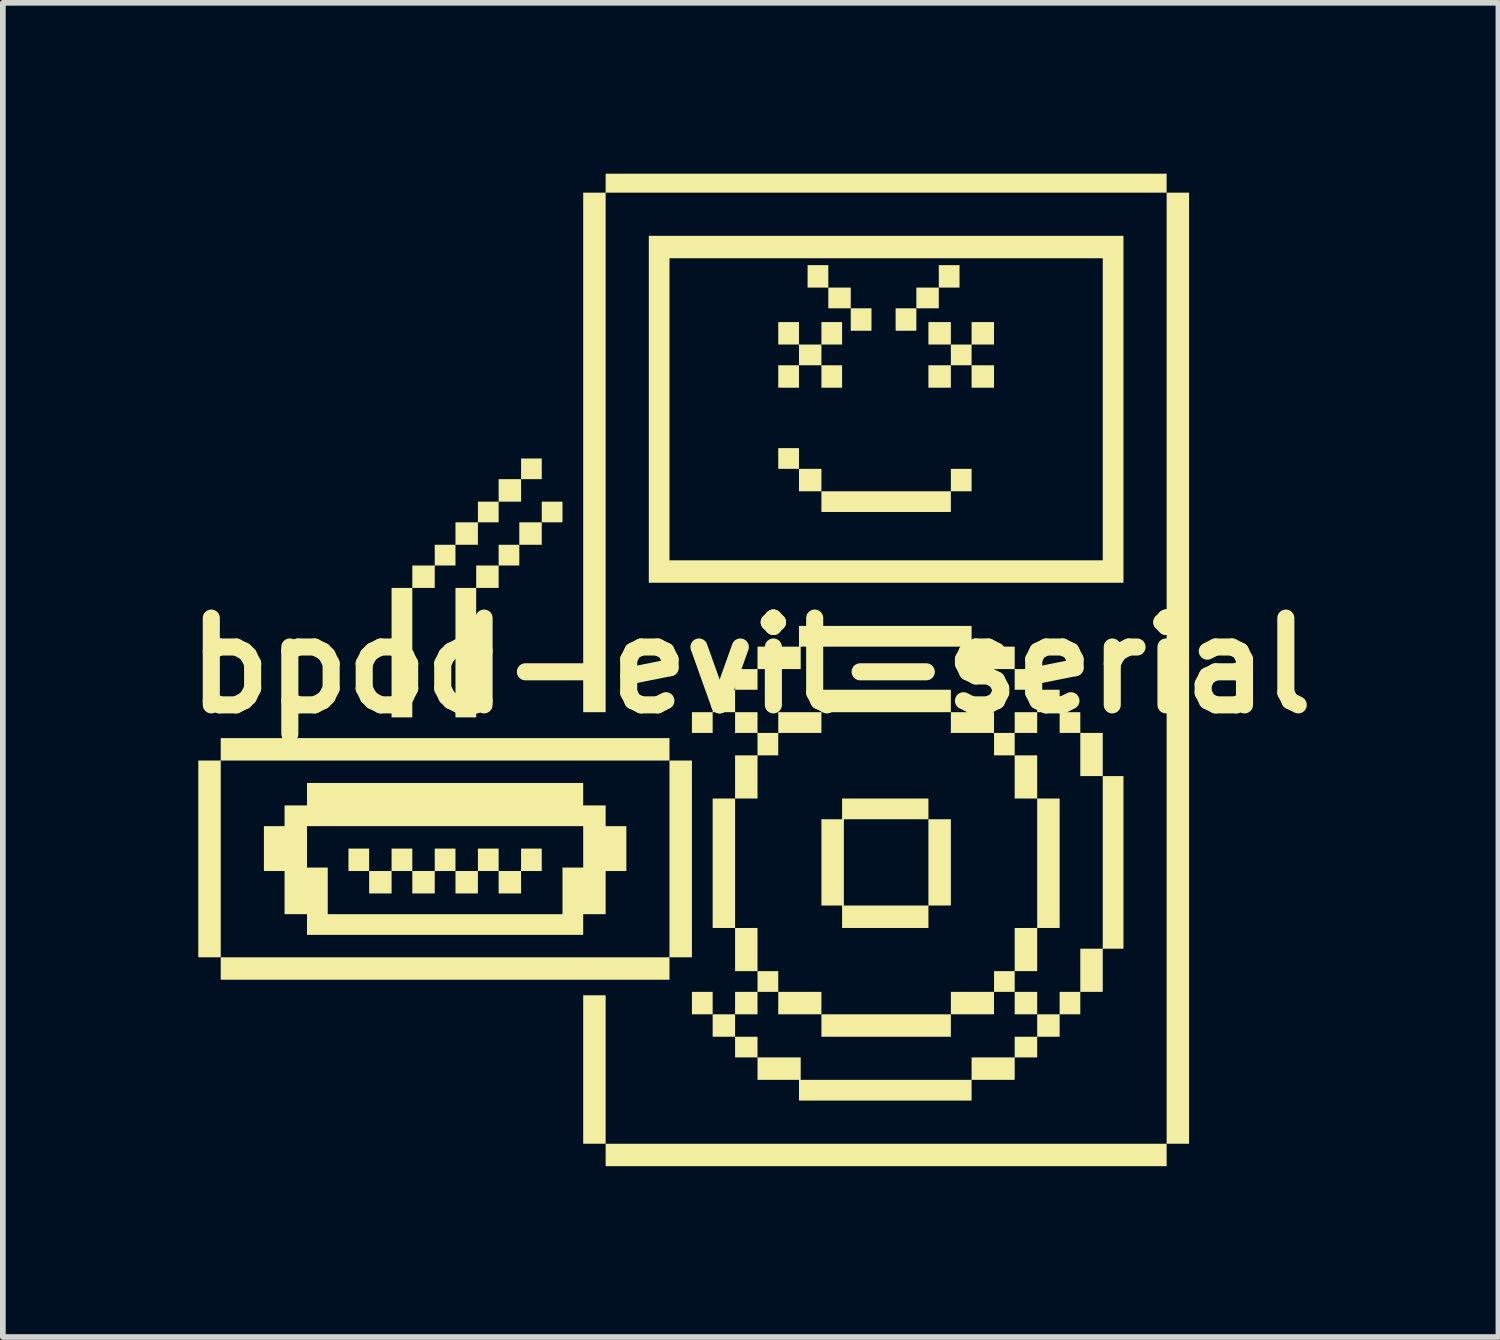
<source format=kicad_pcb>
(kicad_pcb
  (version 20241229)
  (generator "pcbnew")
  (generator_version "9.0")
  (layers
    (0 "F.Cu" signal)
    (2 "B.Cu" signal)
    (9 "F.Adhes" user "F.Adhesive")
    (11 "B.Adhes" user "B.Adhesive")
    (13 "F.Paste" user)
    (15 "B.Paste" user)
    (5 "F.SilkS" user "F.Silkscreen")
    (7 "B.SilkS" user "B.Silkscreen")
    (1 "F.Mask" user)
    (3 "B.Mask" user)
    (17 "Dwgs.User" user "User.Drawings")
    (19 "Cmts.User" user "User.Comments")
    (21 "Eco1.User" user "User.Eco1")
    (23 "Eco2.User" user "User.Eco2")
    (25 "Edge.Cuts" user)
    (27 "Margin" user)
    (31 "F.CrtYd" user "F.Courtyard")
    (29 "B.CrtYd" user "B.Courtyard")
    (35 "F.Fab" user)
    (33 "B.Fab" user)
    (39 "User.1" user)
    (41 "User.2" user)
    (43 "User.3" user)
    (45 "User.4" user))
  (footprint "bpod-evil-serial"
    (layer "F.Cu")
    (at 10.131 8.638)
    (property "Reference" "bpod-evil-serial" (at 0 0 0) (layer "F.SilkS") (effects (font (size 1.524 1.524) (thickness 0.3))))
    (attr board_only exclude_from_pos_files exclude_from_bom)
    (fp_poly (pts (xy -6.699 3.607) (xy -7.062 3.607) (xy -7.062 3.213) (xy -6.699 3.213)) (stroke (width 0) (type solid)) (fill yes) (layer "F.SilkS"))
    (fp_poly (pts (xy -6.305 4.001) (xy -6.699 4.001) (xy -6.699 3.607) (xy -6.305 3.607)) (stroke (width 0) (type solid)) (fill yes) (layer "F.SilkS"))
    (fp_poly (pts (xy -5.941 0.909) (xy -6.305 0.909) (xy -6.305 -1.364) (xy -5.941 -1.364)) (stroke (width 0) (type solid)) (fill yes) (layer "F.SilkS"))
    (fp_poly (pts (xy -5.941 3.607) (xy -6.305 3.607) (xy -6.305 3.213) (xy -5.941 3.213)) (stroke (width 0) (type solid)) (fill yes) (layer "F.SilkS"))
    (fp_poly (pts (xy -5.547 -1.364) (xy -5.941 -1.364) (xy -5.941 -1.758) (xy -5.547 -1.758)) (stroke (width 0) (type solid)) (fill yes) (layer "F.SilkS"))
    (fp_poly (pts (xy -5.547 4.001) (xy -5.941 4.001) (xy -5.941 3.607) (xy -5.547 3.607)) (stroke (width 0) (type solid)) (fill yes) (layer "F.SilkS"))
    (fp_poly (pts (xy -5.183 -1.758) (xy -5.547 -1.758) (xy -5.547 -2.122) (xy -5.183 -2.122)) (stroke (width 0) (type solid)) (fill yes) (layer "F.SilkS"))
    (fp_poly (pts (xy -5.183 3.607) (xy -5.547 3.607) (xy -5.547 3.213) (xy -5.183 3.213)) (stroke (width 0) (type solid)) (fill yes) (layer "F.SilkS"))
    (fp_poly (pts (xy -4.819 0.909) (xy -5.183 0.909) (xy -5.183 -1.364) (xy -4.819 -1.364)) (stroke (width 0) (type solid)) (fill yes) (layer "F.SilkS"))
    (fp_poly (pts (xy -4.789 -2.122) (xy -5.183 -2.122) (xy -5.183 -2.516) (xy -4.789 -2.516)) (stroke (width 0) (type solid)) (fill yes) (layer "F.SilkS"))
    (fp_poly (pts (xy -4.789 4.001) (xy -5.183 4.001) (xy -5.183 3.607) (xy -4.789 3.607)) (stroke (width 0) (type solid)) (fill yes) (layer "F.SilkS"))
    (fp_poly (pts (xy -4.425 -2.516) (xy -4.789 -2.516) (xy -4.789 -2.879) (xy -4.425 -2.879)) (stroke (width 0) (type solid)) (fill yes) (layer "F.SilkS"))
    (fp_poly (pts (xy -4.425 -1.364) (xy -4.819 -1.364) (xy -4.819 -1.758) (xy -4.425 -1.758)) (stroke (width 0) (type solid)) (fill yes) (layer "F.SilkS"))
    (fp_poly (pts (xy -4.425 3.607) (xy -4.789 3.607) (xy -4.789 3.213) (xy -4.425 3.213)) (stroke (width 0) (type solid)) (fill yes) (layer "F.SilkS"))
    (fp_poly (pts (xy -4.062 -1.758) (xy -4.425 -1.758) (xy -4.425 -2.122) (xy -4.062 -2.122)) (stroke (width 0) (type solid)) (fill yes) (layer "F.SilkS"))
    (fp_poly (pts (xy -4.031 -2.879) (xy -4.425 -2.879) (xy -4.425 -3.274) (xy -4.031 -3.274)) (stroke (width 0) (type solid)) (fill yes) (layer "F.SilkS"))
    (fp_poly (pts (xy -4.031 4.001) (xy -4.425 4.001) (xy -4.425 3.607) (xy -4.031 3.607)) (stroke (width 0) (type solid)) (fill yes) (layer "F.SilkS"))
    (fp_poly (pts (xy -3.668 -3.274) (xy -4.031 -3.274) (xy -4.031 -3.637) (xy -3.668 -3.637)) (stroke (width 0) (type solid)) (fill yes) (layer "F.SilkS"))
    (fp_poly (pts (xy -3.668 -2.122) (xy -4.062 -2.122) (xy -4.062 -2.516) (xy -3.668 -2.516)) (stroke (width 0) (type solid)) (fill yes) (layer "F.SilkS"))
    (fp_poly (pts (xy -3.668 3.607) (xy -4.031 3.607) (xy -4.031 3.213) (xy -3.668 3.213)) (stroke (width 0) (type solid)) (fill yes) (layer "F.SilkS"))
    (fp_poly (pts (xy -3.304 -2.516) (xy -3.668 -2.516) (xy -3.668 -2.879) (xy -3.304 -2.879)) (stroke (width 0) (type solid)) (fill yes) (layer "F.SilkS"))
    (fp_poly (pts (xy -2.546 0.818) (xy -2.94 0.818) (xy -2.94 -8.305) (xy -2.546 -8.305)) (stroke (width 0) (type solid)) (fill yes) (layer "F.SilkS"))
    (fp_poly (pts (xy -2.546 8.396) (xy -2.94 8.396) (xy -2.94 5.789) (xy -2.546 5.789)) (stroke (width 0) (type solid)) (fill yes) (layer "F.SilkS"))
    (fp_poly (pts (xy -0.667 1.182) (xy -1.031 1.182) (xy -1.031 0.818) (xy -0.667 0.818)) (stroke (width 0) (type solid)) (fill yes) (layer "F.SilkS"))
    (fp_poly (pts (xy -0.667 6.123) (xy -1.031 6.123) (xy -1.031 5.729) (xy -0.667 5.729)) (stroke (width 0) (type solid)) (fill yes) (layer "F.SilkS"))
    (fp_poly (pts (xy 0.849 -5.638) (xy 0.485 -5.638) (xy 0.485 -6.032) (xy 0.849 -6.032)) (stroke (width 0) (type solid)) (fill yes) (layer "F.SilkS"))
    (fp_poly (pts (xy 0.849 -4.88) (xy 0.485 -4.88) (xy 0.485 -5.274) (xy 0.849 -5.274)) (stroke (width 0) (type solid)) (fill yes) (layer "F.SilkS"))
    (fp_poly (pts (xy 0.849 -3.455) (xy 0.485 -3.455) (xy 0.485 -3.819) (xy 0.849 -3.819)) (stroke (width 0) (type solid)) (fill yes) (layer "F.SilkS"))
    (fp_poly (pts (xy 1.243 -5.274) (xy 0.849 -5.274) (xy 0.849 -5.638) (xy 1.243 -5.638)) (stroke (width 0) (type solid)) (fill yes) (layer "F.SilkS"))
    (fp_poly (pts (xy 1.243 -3.061) (xy 0.849 -3.061) (xy 0.849 -3.455) (xy 1.243 -3.455)) (stroke (width 0) (type solid)) (fill yes) (layer "F.SilkS"))
    (fp_poly (pts (xy 1.243 1.182) (xy 0.485 1.182) (xy 0.485 0.818) (xy 1.243 0.818)) (stroke (width 0) (type solid)) (fill yes) (layer "F.SilkS"))
    (fp_poly (pts (xy 1.243 6.123) (xy 0.485 6.123) (xy 0.485 5.729) (xy 1.243 5.729)) (stroke (width 0) (type solid)) (fill yes) (layer "F.SilkS"))
    (fp_poly (pts (xy 1.364 -6.638) (xy 1 -6.638) (xy 1 -7.032) (xy 1.364 -7.032)) (stroke (width 0) (type solid)) (fill yes) (layer "F.SilkS"))
    (fp_poly (pts (xy 1.606 -5.638) (xy 1.243 -5.638) (xy 1.243 -6.032) (xy 1.606 -6.032)) (stroke (width 0) (type solid)) (fill yes) (layer "F.SilkS"))
    (fp_poly (pts (xy 1.606 -4.88) (xy 1.243 -4.88) (xy 1.243 -5.274) (xy 1.606 -5.274)) (stroke (width 0) (type solid)) (fill yes) (layer "F.SilkS"))
    (fp_poly (pts (xy 1.758 -6.274) (xy 1.364 -6.274) (xy 1.364 -6.638) (xy 1.758 -6.638)) (stroke (width 0) (type solid)) (fill yes) (layer "F.SilkS"))
    (fp_poly (pts (xy 2.122 -5.88) (xy 1.758 -5.88) (xy 1.758 -6.274) (xy 2.122 -6.274)) (stroke (width 0) (type solid)) (fill yes) (layer "F.SilkS"))
    (fp_poly (pts (xy 2.91 -5.88) (xy 2.546 -5.88) (xy 2.546 -6.274) (xy 2.91 -6.274)) (stroke (width 0) (type solid)) (fill yes) (layer "F.SilkS"))
    (fp_poly (pts (xy 3.304 -6.274) (xy 2.91 -6.274) (xy 2.91 -6.638) (xy 3.304 -6.638)) (stroke (width 0) (type solid)) (fill yes) (layer "F.SilkS"))
    (fp_poly (pts (xy 3.516 -5.638) (xy 3.122 -5.638) (xy 3.122 -6.032) (xy 3.516 -6.032)) (stroke (width 0) (type solid)) (fill yes) (layer "F.SilkS"))
    (fp_poly (pts (xy 3.516 -4.88) (xy 3.122 -4.88) (xy 3.122 -5.274) (xy 3.516 -5.274)) (stroke (width 0) (type solid)) (fill yes) (layer "F.SilkS"))
    (fp_poly (pts (xy 3.516 -2.698) (xy 1.243 -2.698) (xy 1.243 -3.061) (xy 3.516 -3.061)) (stroke (width 0) (type solid)) (fill yes) (layer "F.SilkS"))
    (fp_poly (pts (xy 3.516 0.818) (xy 1.243 0.818) (xy 1.243 0.424) (xy 3.516 0.424)) (stroke (width 0) (type solid)) (fill yes) (layer "F.SilkS"))
    (fp_poly (pts (xy 3.516 6.517) (xy 1.243 6.517) (xy 1.243 6.123) (xy 3.516 6.123)) (stroke (width 0) (type solid)) (fill yes) (layer "F.SilkS"))
    (fp_poly (pts (xy 3.668 -6.638) (xy 3.304 -6.638) (xy 3.304 -7.032) (xy 3.668 -7.032)) (stroke (width 0) (type solid)) (fill yes) (layer "F.SilkS"))
    (fp_poly (pts (xy 3.88 -5.274) (xy 3.516 -5.274) (xy 3.516 -5.638) (xy 3.88 -5.638)) (stroke (width 0) (type solid)) (fill yes) (layer "F.SilkS"))
    (fp_poly (pts (xy 3.88 -3.061) (xy 3.516 -3.061) (xy 3.516 -3.455) (xy 3.88 -3.455)) (stroke (width 0) (type solid)) (fill yes) (layer "F.SilkS"))
    (fp_poly (pts (xy 4.274 -5.638) (xy 3.88 -5.638) (xy 3.88 -6.032) (xy 4.274 -6.032)) (stroke (width 0) (type solid)) (fill yes) (layer "F.SilkS"))
    (fp_poly (pts (xy 4.274 -4.88) (xy 3.88 -4.88) (xy 3.88 -5.274) (xy 4.274 -5.274)) (stroke (width 0) (type solid)) (fill yes) (layer "F.SilkS"))
    (fp_poly (pts (xy 4.274 1.182) (xy 3.516 1.182) (xy 3.516 0.818) (xy 4.274 0.818)) (stroke (width 0) (type solid)) (fill yes) (layer "F.SilkS"))
    (fp_poly (pts (xy 4.274 6.123) (xy 3.516 6.123) (xy 3.516 5.729) (xy 4.274 5.729)) (stroke (width 0) (type solid)) (fill yes) (layer "F.SilkS"))
    (fp_poly (pts (xy 4.637 1.576) (xy 4.274 1.576) (xy 4.274 1.182) (xy 4.637 1.182)) (stroke (width 0) (type solid)) (fill yes) (layer "F.SilkS"))
    (fp_poly (pts (xy 4.637 5.729) (xy 4.274 5.729) (xy 4.274 5.365) (xy 4.637 5.365)) (stroke (width 0) (type solid)) (fill yes) (layer "F.SilkS"))
    (fp_poly (pts (xy 5.032 1.182) (xy 4.637 1.182) (xy 4.637 0.818) (xy 5.032 0.818)) (stroke (width 0) (type solid)) (fill yes) (layer "F.SilkS"))
    (fp_poly (pts (xy 5.032 2.334) (xy 4.637 2.334) (xy 4.637 1.576) (xy 5.032 1.576)) (stroke (width 0) (type solid)) (fill yes) (layer "F.SilkS"))
    (fp_poly (pts (xy 5.032 5.365) (xy 4.637 5.365) (xy 4.637 4.607) (xy 5.032 4.607)) (stroke (width 0) (type solid)) (fill yes) (layer "F.SilkS"))
    (fp_poly (pts (xy 5.032 6.123) (xy 4.637 6.123) (xy 4.637 5.729) (xy 5.032 5.729)) (stroke (width 0) (type solid)) (fill yes) (layer "F.SilkS"))
    (fp_poly (pts (xy 5.426 4.607) (xy 5.032 4.607) (xy 5.032 2.334) (xy 5.426 2.334)) (stroke (width 0) (type solid)) (fill yes) (layer "F.SilkS"))
    (fp_poly (pts (xy 7.305 -8.305) (xy -2.546 -8.305) (xy -2.546 -8.638) (xy 7.305 -8.638)) (stroke (width 0) (type solid)) (fill yes) (layer "F.SilkS"))
    (fp_poly (pts (xy 7.305 8.79) (xy -2.546 8.79) (xy -2.546 8.396) (xy 7.305 8.396)) (stroke (width 0) (type solid)) (fill yes) (layer "F.SilkS"))
    (fp_poly (pts (xy 7.699 8.396) (xy 7.305 8.396) (xy 7.305 -8.305) (xy 7.699 -8.305)) (stroke (width 0) (type solid)) (fill yes) (layer "F.SilkS"))
    (fp_poly (pts (xy 6.547 -1.455) (xy -1.788 -1.455) (xy -1.788 -1.849) (xy -1.425 -1.849) (xy 6.183 -1.849) (xy 6.183 -7.153) (xy -1.425 -7.153) (xy -1.425 -1.849) (xy -1.788 -1.849) (xy -1.788 -7.547) (xy 6.547 -7.547)) (stroke (width 0) (type solid)) (fill yes) (layer "F.SilkS"))
    (fp_poly (pts (xy -1.031 1.667) (xy -1.031 5.122) (xy -1.425 5.122) (xy -1.425 5.516) (xy -9.305 5.516) (xy -9.305 5.122) (xy -1.425 5.122) (xy -1.425 1.667) (xy -9.305 1.667) (xy -9.305 5.122) (xy -9.699 5.122) (xy -9.699 1.667) (xy -9.305 1.667) (xy -9.305 1.273) (xy -1.425 1.273) (xy -1.425 1.667)) (stroke (width 0) (type solid)) (fill yes) (layer "F.SilkS"))
    (fp_poly (pts (xy 3.516 2.698) (xy 3.516 4.213) (xy 3.122 4.213) (xy 3.122 4.607) (xy 1.606 4.607) (xy 1.606 4.213) (xy 1.637 4.213) (xy 3.122 4.213) (xy 3.122 2.698) (xy 1.637 2.698) (xy 1.637 4.213) (xy 1.606 4.213) (xy 1.243 4.213) (xy 1.243 2.698) (xy 1.606 2.698) (xy 1.606 2.334) (xy 3.122 2.334) (xy 3.122 2.698)) (stroke (width 0) (type solid)) (fill yes) (layer "F.SilkS"))
    (fp_poly (pts (xy -2.94 2.455) (xy -2.546 2.455) (xy -2.546 2.819) (xy -2.182 2.819) (xy -2.182 3.607) (xy -2.546 3.607) (xy -2.546 4.365) (xy -2.94 4.365) (xy -2.94 4.728) (xy -7.79 4.728) (xy -7.79 4.365) (xy -8.184 4.365) (xy -8.184 3.607) (xy -8.547 3.607) (xy -8.547 3.546) (xy -7.79 3.546) (xy -7.426 3.546) (xy -7.426 4.365) (xy -3.304 4.365) (xy -3.304 3.546) (xy -2.94 3.546) (xy -2.94 2.819) (xy -7.79 2.819) (xy -7.79 3.546) (xy -8.547 3.546) (xy -8.547 2.819) (xy -8.184 2.819) (xy -8.184 2.455) (xy -7.79 2.455) (xy -7.79 2.061) (xy -2.94 2.061)) (stroke (width 0) (type solid)) (fill yes) (layer "F.SilkS"))
    (fp_poly (pts (xy -0.667 0.424) (xy -0.273 0.424) (xy -0.273 0.061) (xy 0.121 0.061) (xy 0.121 -0.333) (xy 0.849 -0.333) (xy 0.849 -0.697) (xy 3.88 -0.697) (xy 3.88 -0.333) (xy 4.637 -0.333) (xy 4.637 0.061) (xy 5.032 0.061) (xy 5.032 0.424) (xy 5.426 0.424) (xy 5.426 0.818) (xy 5.789 0.818) (xy 5.789 1.182) (xy 6.183 1.182) (xy 6.183 1.94) (xy 6.547 1.94) (xy 6.547 4.971) (xy 6.183 4.971) (xy 6.183 5.729) (xy 5.789 5.729) (xy 5.789 6.123) (xy 5.426 6.123) (xy 5.426 6.517) (xy 5.032 6.517) (xy 5.032 6.88) (xy 4.637 6.88) (xy 4.637 7.274) (xy 3.88 7.274) (xy 3.88 7.638) (xy 0.849 7.638) (xy 0.849 7.274) (xy 0.121 7.274) (xy 0.121 6.88) (xy -0.273 6.88) (xy -0.273 6.517) (xy 0.121 6.517) (xy 0.121 6.88) (xy 0.879 6.88) (xy 0.879 7.274) (xy 3.88 7.274) (xy 3.88 6.88) (xy 4.637 6.88) (xy 4.637 6.517) (xy 5.032 6.517) (xy 5.032 6.123) (xy 5.426 6.123) (xy 5.426 5.729) (xy 5.789 5.729) (xy 5.789 4.971) (xy 6.183 4.971) (xy 6.183 1.94) (xy 5.789 1.94) (xy 5.789 1.182) (xy 5.426 1.182) (xy 5.426 0.818) (xy 5.032 0.818) (xy 5.032 0.424) (xy 4.637 0.424) (xy 4.637 0.061) (xy 3.88 0.061) (xy 3.88 -0.333) (xy 0.879 -0.333) (xy 0.879 0.061) (xy 0.121 0.061) (xy 0.121 0.424) (xy -0.273 0.424) (xy -0.273 0.818) (xy 0.121 0.818) (xy 0.121 1.182) (xy 0.485 1.182) (xy 0.485 1.576) (xy 0.121 1.576) (xy 0.121 2.334) (xy -0.273 2.334) (xy -0.273 4.607) (xy 0.121 4.607) (xy 0.121 5.365) (xy 0.485 5.365) (xy 0.485 5.729) (xy 0.121 5.729) (xy 0.121 6.123) (xy -0.273 6.123) (xy -0.273 6.517) (xy -0.667 6.517) (xy -0.667 6.123) (xy -0.273 6.123) (xy -0.273 5.729) (xy 0.121 5.729) (xy 0.121 5.365) (xy -0.273 5.365) (xy -0.273 4.607) (xy -0.667 4.607) (xy -0.667 2.334) (xy -0.273 2.334) (xy -0.273 1.576) (xy 0.121 1.576) (xy 0.121 1.182) (xy -0.273 1.182) (xy -0.273 0.818) (xy -0.667 0.818)) (stroke (width 0) (type solid)) (fill yes) (layer "F.SilkS")))
  (gr_rect
    (start -3 -3)
    (end 23.262 20.428)
    (stroke (width 0.1) (type default))
    (fill no)
    (layer "Edge.Cuts")))
</source>
